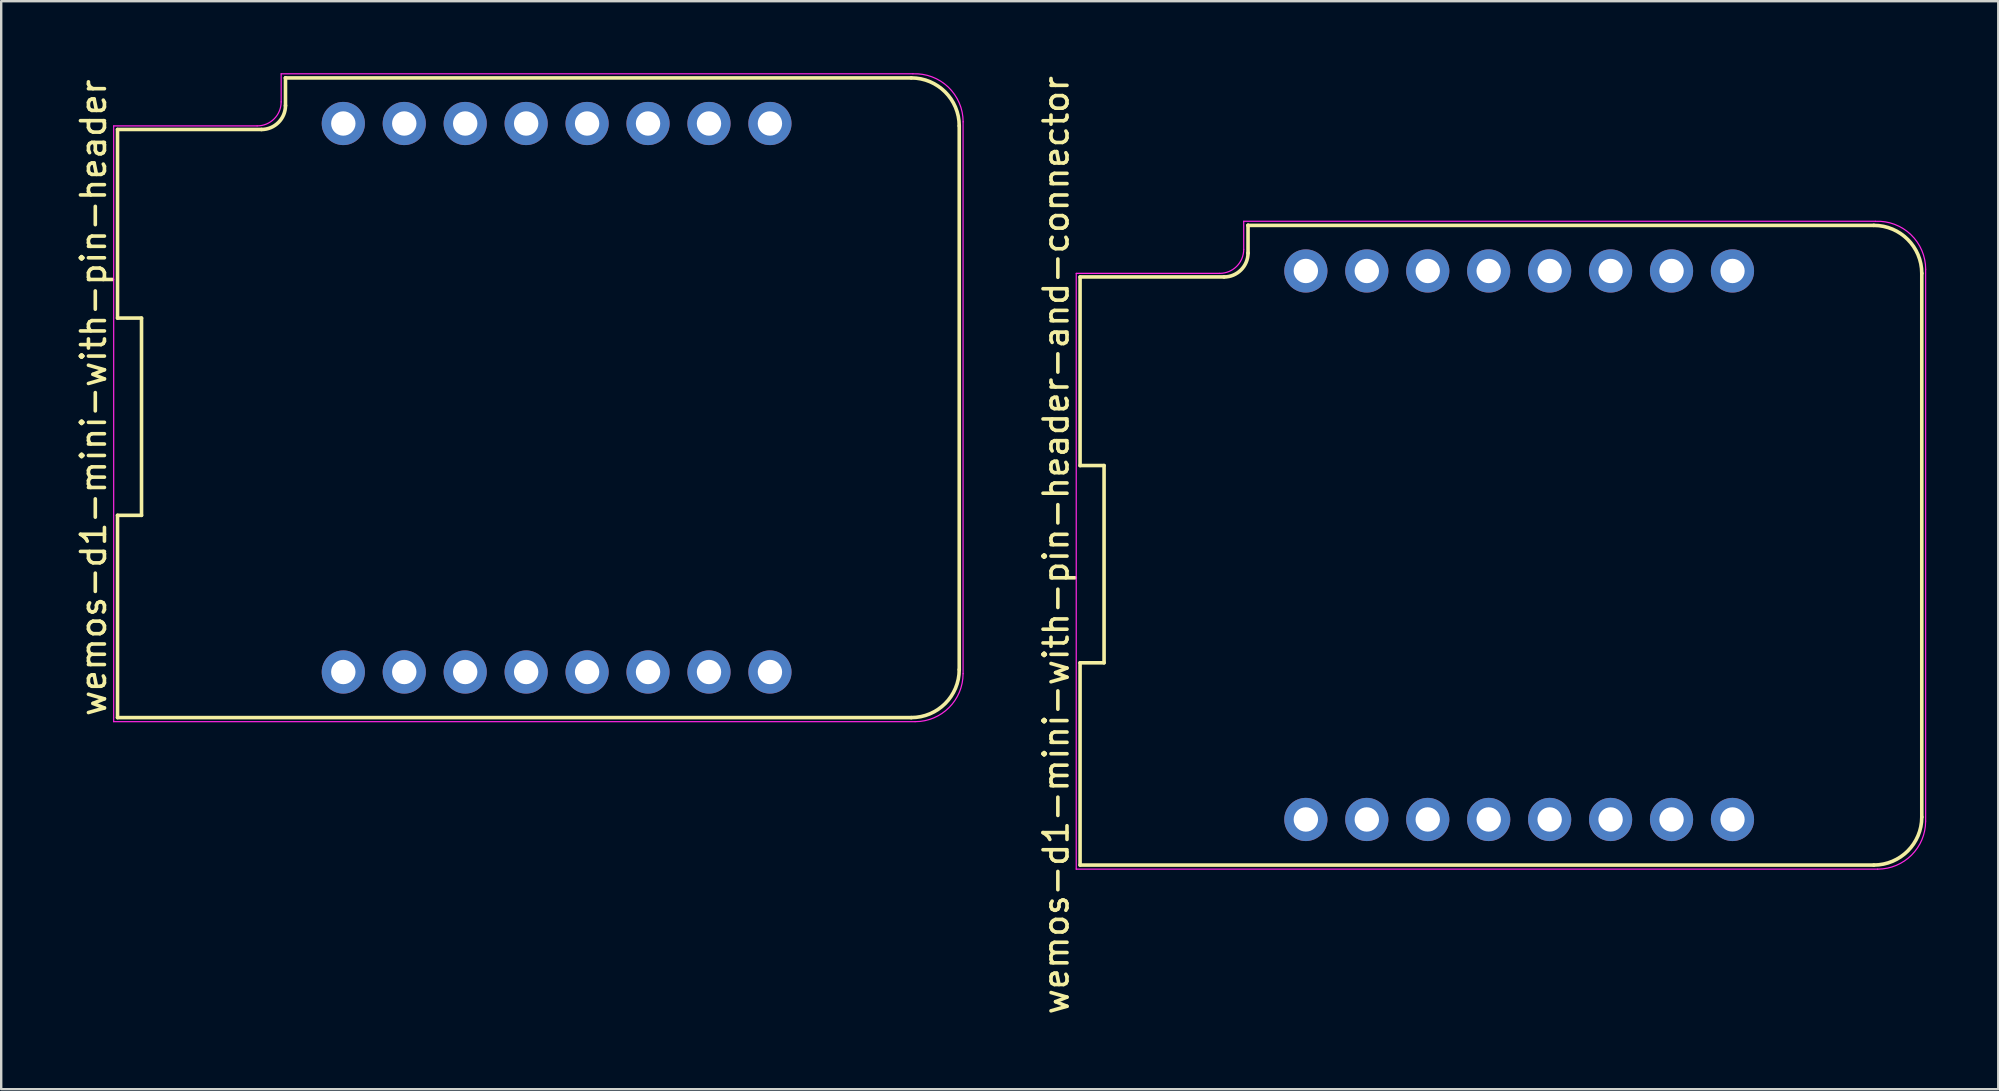
<source format=kicad_pcb>
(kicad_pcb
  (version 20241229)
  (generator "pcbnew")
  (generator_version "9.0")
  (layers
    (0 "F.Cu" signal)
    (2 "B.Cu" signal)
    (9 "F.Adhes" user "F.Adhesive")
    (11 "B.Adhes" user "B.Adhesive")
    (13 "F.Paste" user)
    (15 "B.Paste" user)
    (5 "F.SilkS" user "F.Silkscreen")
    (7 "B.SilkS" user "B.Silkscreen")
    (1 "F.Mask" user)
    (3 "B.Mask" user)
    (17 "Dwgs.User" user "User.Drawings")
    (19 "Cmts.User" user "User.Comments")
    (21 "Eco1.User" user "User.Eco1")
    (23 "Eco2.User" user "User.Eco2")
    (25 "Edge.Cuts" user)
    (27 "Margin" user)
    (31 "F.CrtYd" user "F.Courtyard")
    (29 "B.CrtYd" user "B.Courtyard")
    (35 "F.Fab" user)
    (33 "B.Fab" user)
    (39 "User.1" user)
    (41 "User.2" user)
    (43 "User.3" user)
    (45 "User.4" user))
  (footprint "wemos-d1-mini-with-pin-header-and-connector"
    (layer "F.Cu")
    (at 60.264 19.673)
    (property "Reference" "wemos-d1-mini-with-pin-header-and-connector" (at -19.3 0 90) (layer "F.SilkS") (effects (font (size 1 1) (thickness 0.15))))
    (attr through_hole)
    (fp_line (start -18.3 -11.18) (end -18.3 -3.32) (stroke (width 0.15) (type solid)) (layer "F.SilkS"))
    (fp_line (start -18.3 -11.18) (end -12.3 -11.18) (stroke (width 0.15) (type solid)) (layer "F.SilkS"))
    (fp_line (start -18.3 -3.32) (end -17.3 -3.32) (stroke (width 0.15) (type solid)) (layer "F.SilkS"))
    (fp_line (start -18.3 4.9) (end -18.3 13.33) (stroke (width 0.15) (type solid)) (layer "F.SilkS"))
    (fp_line (start -18.3 13.33) (end 14.78 13.33) (stroke (width 0.15) (type solid)) (layer "F.SilkS"))
    (fp_line (start -17.3 -3.32) (end -17.3 4.9) (stroke (width 0.15) (type solid)) (layer "F.SilkS"))
    (fp_line (start -17.3 4.9) (end -18.3 4.9) (stroke (width 0.15) (type solid)) (layer "F.SilkS"))
    (fp_line (start -11.3 -13.33) (end -11.3 -13.33) (stroke (width 0.15) (type solid)) (layer "F.SilkS"))
    (fp_line (start -11.3 -12.17) (end -11.3 -13.33) (stroke (width 0.15) (type solid)) (layer "F.SilkS"))
    (fp_line (start 14.78 -13.33) (end -11.3 -13.33) (stroke (width 0.15) (type solid)) (layer "F.SilkS"))
    (fp_line (start 16.78 11.33) (end 16.78 -11.33) (stroke (width 0.15) (type solid)) (layer "F.SilkS"))
    (fp_arc (start -11.3 -12.18) (mid -11.592893 -11.472893) (end -12.3 -11.18) (stroke (width 0.15) (type solid)) (layer "F.SilkS"))
    (fp_arc (start 14.78 -13.33) (mid 16.194214 -12.744214) (end 16.78 -11.33) (stroke (width 0.15) (type solid)) (layer "F.SilkS"))
    (fp_arc (start 16.78 11.33) (mid 16.194214 12.744214) (end 14.78 13.33) (stroke (width 0.15) (type solid)) (layer "F.SilkS"))
    (fp_line (start -18.46 -11.33) (end -12.48 -11.33) (stroke (width 0.05) (type solid)) (layer "F.CrtYd"))
    (fp_line (start -18.46 13.5) (end -18.46 -11.33) (stroke (width 0.05) (type solid)) (layer "F.CrtYd"))
    (fp_line (start -11.48 -13.5) (end -11.48 -12.33) (stroke (width 0.05) (type solid)) (layer "F.CrtYd"))
    (fp_line (start -11.48 -13.5) (end 14.85 -13.5) (stroke (width 0.05) (type solid)) (layer "F.CrtYd"))
    (fp_line (start 14.94 13.5) (end -18.46 13.5) (stroke (width 0.05) (type solid)) (layer "F.CrtYd"))
    (fp_line (start 16.94 -11.5) (end 16.94 11.5) (stroke (width 0.05) (type solid)) (layer "F.CrtYd"))
    (fp_arc (start -11.48 -12.33) (mid -11.772893 -11.622893) (end -12.48 -11.33) (stroke (width 0.05) (type solid)) (layer "F.CrtYd"))
    (fp_arc (start 14.85 -13.5) (mid 16.323459 -12.947115) (end 16.942024 -11.5) (stroke (width 0.05) (type solid)) (layer "F.CrtYd"))
    (fp_arc (start 16.94 11.5) (mid 16.354214 12.914214) (end 14.94 13.5) (stroke (width 0.05) (type solid)) (layer "F.CrtYd"))
    (pad "1" thru_hole circle (at 8.89 -11.43) (size 1.8 1.8) (drill 1.016) (layers "*.Cu" "*.Mask"))
    (pad "2" thru_hole circle (at 6.35 -11.43) (size 1.8 1.8) (drill 1.016) (layers "*.Cu" "*.Mask"))
    (pad "3" thru_hole circle (at 3.81 -11.43) (size 1.8 1.8) (drill 1.016) (layers "*.Cu" "*.Mask"))
    (pad "4" thru_hole circle (at 1.27 -11.43) (size 1.8 1.8) (drill 1.016) (layers "*.Cu" "*.Mask"))
    (pad "5" thru_hole circle (at -1.27 -11.43) (size 1.8 1.8) (drill 1.016) (layers "*.Cu" "*.Mask"))
    (pad "6" thru_hole circle (at -3.81 -11.43 90) (size 1.8 1.8) (drill 1.016) (layers "*.Cu" "*.Mask"))
    (pad "7" thru_hole circle (at -6.35 -11.43) (size 1.8 1.8) (drill 1.016) (layers "*.Cu" "*.Mask"))
    (pad "8" thru_hole circle (at -8.89 -11.43) (size 1.8 1.8) (drill 1.016) (layers "*.Cu" "*.Mask"))
    (pad "9" thru_hole circle (at -8.89 11.43) (size 1.8 1.8) (drill 1.016) (layers "*.Cu" "*.Mask"))
    (pad "10" thru_hole circle (at -6.35 11.43) (size 1.8 1.8) (drill 1.016) (layers "*.Cu" "*.Mask"))
    (pad "11" thru_hole circle (at -3.81 11.43) (size 1.8 1.8) (drill 1.016) (layers "*.Cu" "*.Mask"))
    (pad "12" thru_hole circle (at -1.27 11.43) (size 1.8 1.8) (drill 1.016) (layers "*.Cu" "*.Mask"))
    (pad "13" thru_hole circle (at 1.27 11.43) (size 1.8 1.8) (drill 1.016) (layers "*.Cu" "*.Mask"))
    (pad "14" thru_hole circle (at 3.81 11.43) (size 1.8 1.8) (drill 1.016) (layers "*.Cu" "*.Mask"))
    (pad "15" thru_hole circle (at 6.35 11.43) (size 1.8 1.8) (drill 1.016) (layers "*.Cu" "*.Mask"))
    (pad "16" thru_hole circle (at 8.89 11.43) (size 1.8 1.8) (drill 1.016) (layers "*.Cu" "*.Mask")))
  (footprint "wemos-d1-mini-with-pin-header"
    (layer "F.Cu")
    (at 20.148 13.527)
    (property "Reference" "wemos-d1-mini-with-pin-header" (at -19.3 0 90) (layer "F.SilkS") (effects (font (size 1 1) (thickness 0.15))))
    (attr through_hole)
    (fp_line (start -18.3 -11.18) (end -18.3 -3.32) (stroke (width 0.15) (type solid)) (layer "F.SilkS"))
    (fp_line (start -18.3 -11.18) (end -12.3 -11.18) (stroke (width 0.15) (type solid)) (layer "F.SilkS"))
    (fp_line (start -18.3 -3.32) (end -17.3 -3.32) (stroke (width 0.15) (type solid)) (layer "F.SilkS"))
    (fp_line (start -18.3 4.9) (end -18.3 13.33) (stroke (width 0.15) (type solid)) (layer "F.SilkS"))
    (fp_line (start -18.3 13.33) (end 14.78 13.33) (stroke (width 0.15) (type solid)) (layer "F.SilkS"))
    (fp_line (start -17.3 -3.32) (end -17.3 4.9) (stroke (width 0.15) (type solid)) (layer "F.SilkS"))
    (fp_line (start -17.3 4.9) (end -18.3 4.9) (stroke (width 0.15) (type solid)) (layer "F.SilkS"))
    (fp_line (start -11.3 -13.33) (end -11.3 -13.33) (stroke (width 0.15) (type solid)) (layer "F.SilkS"))
    (fp_line (start -11.3 -12.17) (end -11.3 -13.33) (stroke (width 0.15) (type solid)) (layer "F.SilkS"))
    (fp_line (start 14.78 -13.33) (end -11.3 -13.33) (stroke (width 0.15) (type solid)) (layer "F.SilkS"))
    (fp_line (start 16.78 11.33) (end 16.78 -11.33) (stroke (width 0.15) (type solid)) (layer "F.SilkS"))
    (fp_arc (start -11.3 -12.18) (mid -11.592893 -11.472893) (end -12.3 -11.18) (stroke (width 0.15) (type solid)) (layer "F.SilkS"))
    (fp_arc (start 14.78 -13.33) (mid 16.194214 -12.744214) (end 16.78 -11.33) (stroke (width 0.15) (type solid)) (layer "F.SilkS"))
    (fp_arc (start 16.78 11.33) (mid 16.194214 12.744214) (end 14.78 13.33) (stroke (width 0.15) (type solid)) (layer "F.SilkS"))
    (fp_line (start -18.46 -11.33) (end -12.48 -11.33) (stroke (width 0.05) (type solid)) (layer "F.CrtYd"))
    (fp_line (start -18.46 13.5) (end -18.46 -11.33) (stroke (width 0.05) (type solid)) (layer "F.CrtYd"))
    (fp_line (start -11.48 -13.5) (end -11.48 -12.33) (stroke (width 0.05) (type solid)) (layer "F.CrtYd"))
    (fp_line (start -11.48 -13.5) (end 14.85 -13.5) (stroke (width 0.05) (type solid)) (layer "F.CrtYd"))
    (fp_line (start 14.94 13.5) (end -18.46 13.5) (stroke (width 0.05) (type solid)) (layer "F.CrtYd"))
    (fp_line (start 16.94 -11.5) (end 16.94 11.5) (stroke (width 0.05) (type solid)) (layer "F.CrtYd"))
    (fp_arc (start -11.48 -12.33) (mid -11.772893 -11.622893) (end -12.48 -11.33) (stroke (width 0.05) (type solid)) (layer "F.CrtYd"))
    (fp_arc (start 14.85 -13.5) (mid 16.323459 -12.947115) (end 16.942024 -11.5) (stroke (width 0.05) (type solid)) (layer "F.CrtYd"))
    (fp_arc (start 16.94 11.5) (mid 16.354214 12.914214) (end 14.94 13.5) (stroke (width 0.05) (type solid)) (layer "F.CrtYd"))
    (pad "1" thru_hole circle (at 8.89 -11.43) (size 1.8 1.8) (drill 1.016) (layers "*.Cu" "*.Mask"))
    (pad "2" thru_hole circle (at 6.35 -11.43) (size 1.8 1.8) (drill 1.016) (layers "*.Cu" "*.Mask"))
    (pad "3" thru_hole circle (at 3.81 -11.43) (size 1.8 1.8) (drill 1.016) (layers "*.Cu" "*.Mask"))
    (pad "4" thru_hole circle (at 1.27 -11.43) (size 1.8 1.8) (drill 1.016) (layers "*.Cu" "*.Mask"))
    (pad "5" thru_hole circle (at -1.27 -11.43) (size 1.8 1.8) (drill 1.016) (layers "*.Cu" "*.Mask"))
    (pad "6" thru_hole circle (at -3.81 -11.43) (size 1.8 1.8) (drill 1.016) (layers "*.Cu" "*.Mask"))
    (pad "7" thru_hole circle (at -6.35 -11.43) (size 1.8 1.8) (drill 1.016) (layers "*.Cu" "*.Mask"))
    (pad "8" thru_hole circle (at -8.89 -11.43) (size 1.8 1.8) (drill 1.016) (layers "*.Cu" "*.Mask"))
    (pad "9" thru_hole circle (at -8.89 11.43) (size 1.8 1.8) (drill 1.016) (layers "*.Cu" "*.Mask"))
    (pad "10" thru_hole circle (at -6.35 11.43) (size 1.8 1.8) (drill 1.016) (layers "*.Cu" "*.Mask"))
    (pad "11" thru_hole circle (at -3.81 11.43) (size 1.8 1.8) (drill 1.016) (layers "*.Cu" "*.Mask"))
    (pad "12" thru_hole circle (at -1.27 11.43) (size 1.8 1.8) (drill 1.016) (layers "*.Cu" "*.Mask"))
    (pad "13" thru_hole circle (at 1.27 11.43) (size 1.8 1.8) (drill 1.016) (layers "*.Cu" "*.Mask"))
    (pad "14" thru_hole circle (at 3.81 11.43) (size 1.8 1.8) (drill 1.016) (layers "*.Cu" "*.Mask"))
    (pad "15" thru_hole circle (at 6.35 11.43) (size 1.8 1.8) (drill 1.016) (layers "*.Cu" "*.Mask"))
    (pad "16" thru_hole circle (at 8.89 11.43) (size 1.8 1.8) (drill 1.016) (layers "*.Cu" "*.Mask")))
  (gr_rect
    (start -3 -3)
    (end 80.231 42.345)
    (stroke (width 0.1) (type default))
    (fill no)
    (layer "Edge.Cuts")))
</source>
